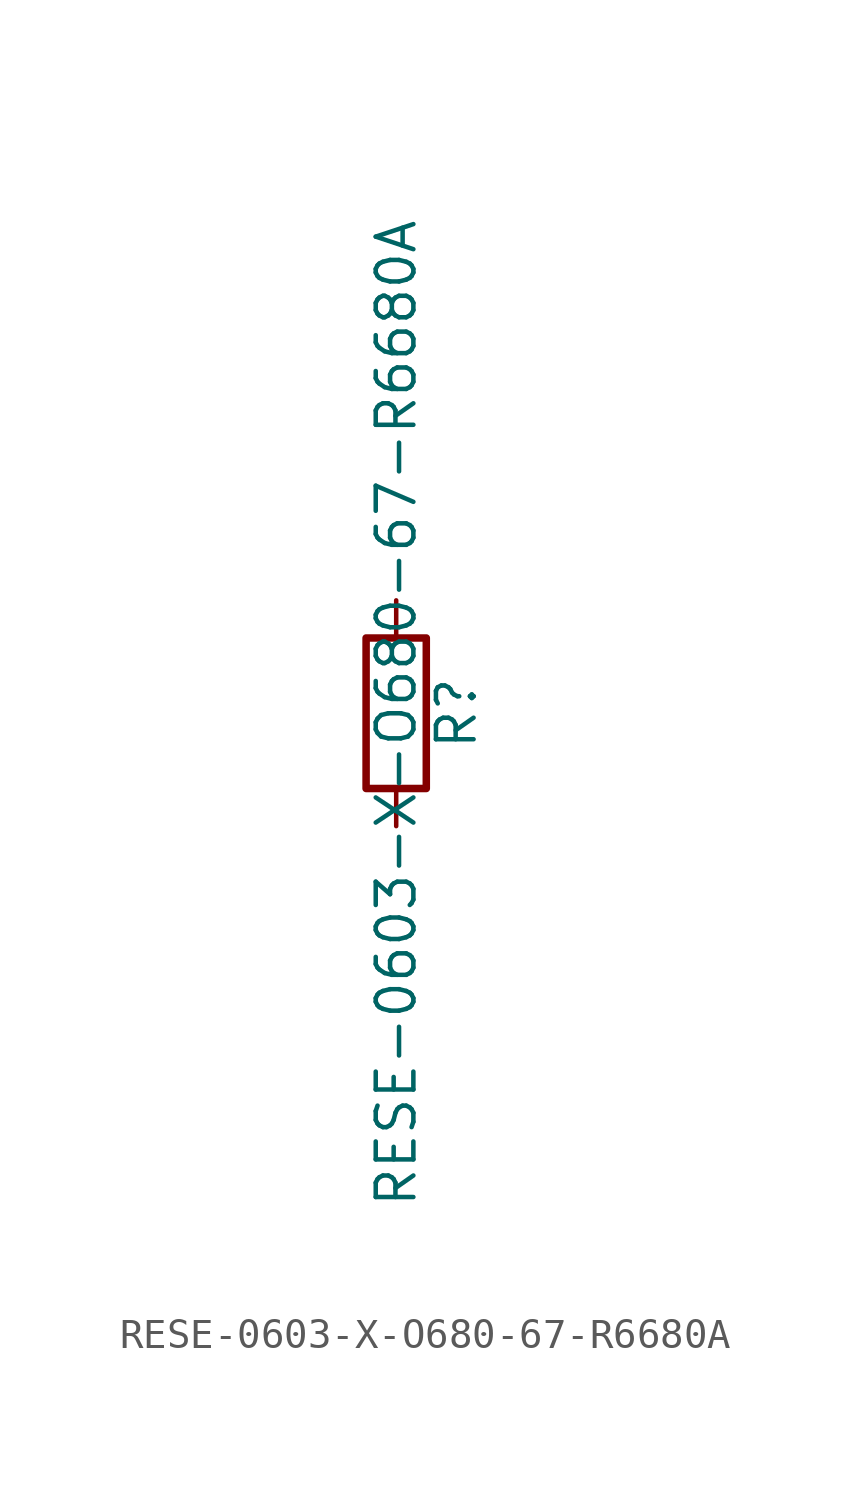
<source format=kicad_sym>
(kicad_symbol_lib
  (version 20211014)
  (generator kicad_symbol_editor)
  (symbol "RESE-0603-X-O680-67-R6680A"
    (pin_numbers hide)
    (pin_names
      (offset 0))
    (property "Reference" "R"
      (at 2.032 0 90)
      (effects (font (size 1.27 1.27))))
    (property "Value" "RESE-0603-X-O680-67-R6680A"
      (at 0 0 90)
      (effects (font (size 1.27 1.27))))
    (symbol "RESE-0603-X-O680-67-R6680A_0_1"
      (rectangle (start -1.016 -2.54) (end 1.016 2.54) (stroke (width 0.254) (type default) (color 0 0 0 0)) (fill (type none))))
    (symbol "RESE-0603-X-O680-67-R6680A_1_1"
      (pin passive line (at 0 3.81 270) (length 1.27) (name "~" (effects (font (size 1.27 1.27)))) (number "1" (effects (font (size 1.27 1.27)))))
      (pin passive line (at 0 -3.81 90) (length 1.27) (name "~" (effects (font (size 1.27 1.27)))) (number "2" (effects (font (size 1.27 1.27))))))))
</source>
